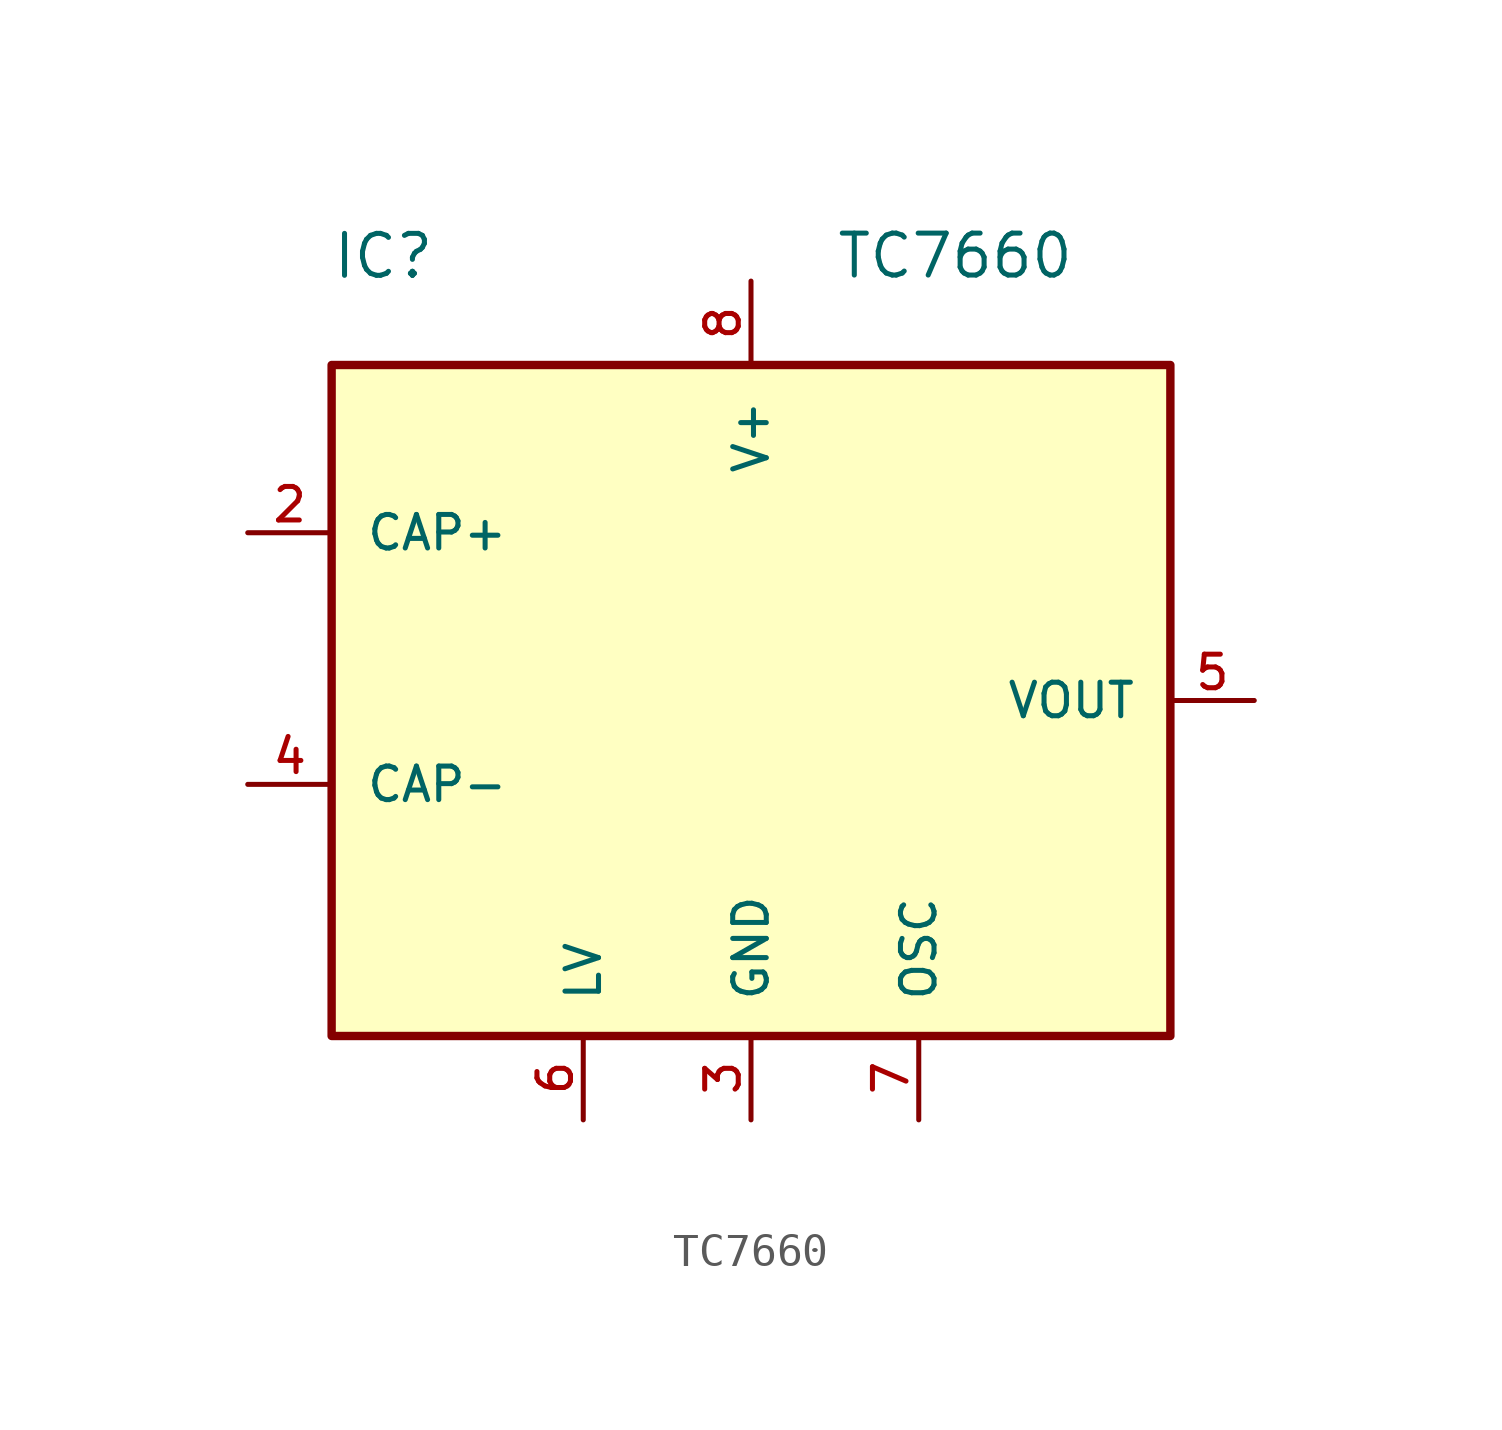
<source format=kicad_sym>
(kicad_symbol_lib
  (version 20211014)
  (generator kicad_symbol_editor)
  (symbol "TC7660"
    (pin_names
      (offset 1.016))
    (property "Reference" "IC"
      (at -12.712 12.712 0)
      (effects (font (size 1.27 1.27)) (justify bottom left)))
    (property "Value" "TC7660"
      (at 2.544 12.72 0)
      (effects (font (size 1.27 1.27)) (justify bottom left)))
    (symbol "TC7660_0_0"
      (rectangle (start -12.7 -10.16) (end 12.7 10.16) (stroke (width 0.254)) (fill (type background)))
      (pin bidirectional line (at 0.0 -12.7 90.0) (length 2.54) (name "GND" (effects (font (size 1.016 1.016)))) (number "3" (effects (font (size 1.016 1.016)))))
      (pin bidirectional line (at 15.24 0.0 180.0) (length 2.54) (name "VOUT" (effects (font (size 1.016 1.016)))) (number "5" (effects (font (size 1.016 1.016)))))
      (pin bidirectional line (at -15.24 -2.54 0) (length 2.54) (name "CAP-" (effects (font (size 1.016 1.016)))) (number "4" (effects (font (size 1.016 1.016)))))
      (pin bidirectional line (at -15.24 5.08 0) (length 2.54) (name "CAP+" (effects (font (size 1.016 1.016)))) (number "2" (effects (font (size 1.016 1.016)))))
      (pin bidirectional line (at 0.0 12.7 270.0) (length 2.54) (name "V+" (effects (font (size 1.016 1.016)))) (number "8" (effects (font (size 1.016 1.016)))))
      (pin bidirectional line (at -5.08 -12.7 90.0) (length 2.54) (name "LV" (effects (font (size 1.016 1.016)))) (number "6" (effects (font (size 1.016 1.016)))))
      (pin bidirectional line (at 5.08 -12.7 90.0) (length 2.54) (name "OSC" (effects (font (size 1.016 1.016)))) (number "7" (effects (font (size 1.016 1.016))))))))
</source>
